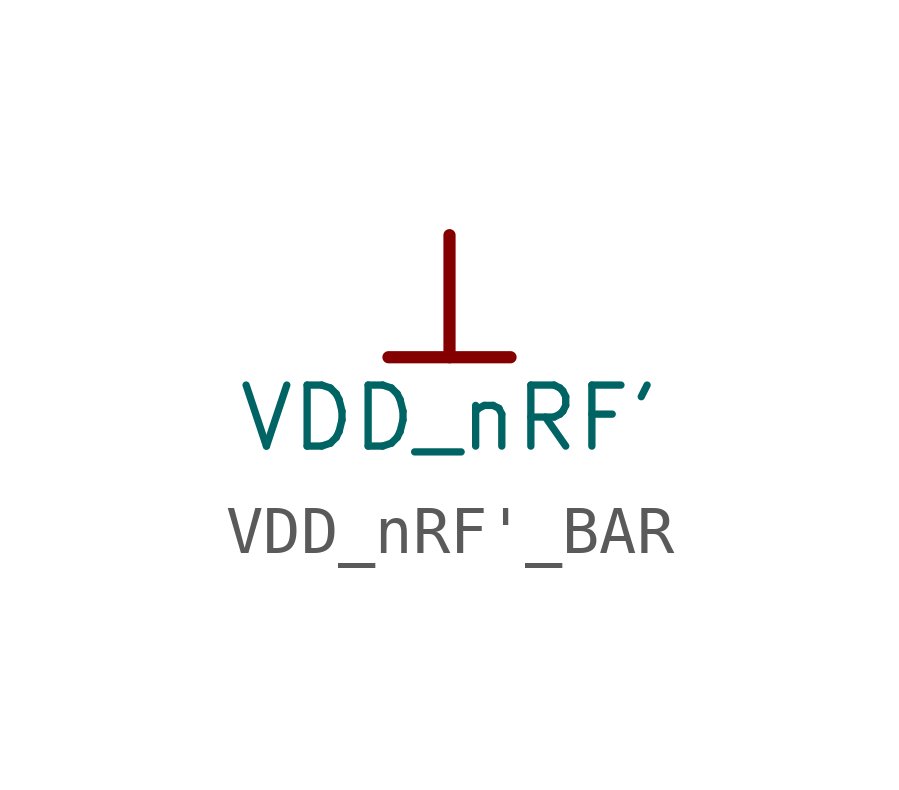
<source format=kicad_sym>
(kicad_symbol_lib
  (version 20241209)
  (generator "kicad_symbol_editor")
  (generator_version "9.0")
  (symbol "VDD_nRF'_BAR"
    (power)
    (property "Reference" "#PWR"
      (at 0 0 0)
      (effects (font (size 1.27 1.27)) (hide yes)))
    (property "Value" "VDD_nRF'"
      (at 0 -3.81 0)
      (effects (font (size 1.27 1.27))))
    (symbol "VDD_nRF'_BAR_0_0"
      (polyline (pts (xy -1.27 -2.54) (xy 1.27 -2.54)) (stroke (width 0.254) (type solid)) (fill (type none)))
      (polyline (pts (xy 0 0) (xy 0 -2.54)) (stroke (width 0.254) (type solid)) (fill (type none)))
      (pin power_in line (at 0 0 0) (length 0) (hide yes) (name "VDD_nRF'" (effects (font (size 1.27 1.27)))) (number "" (effects (font (size 1.27 1.27))))))))
</source>
